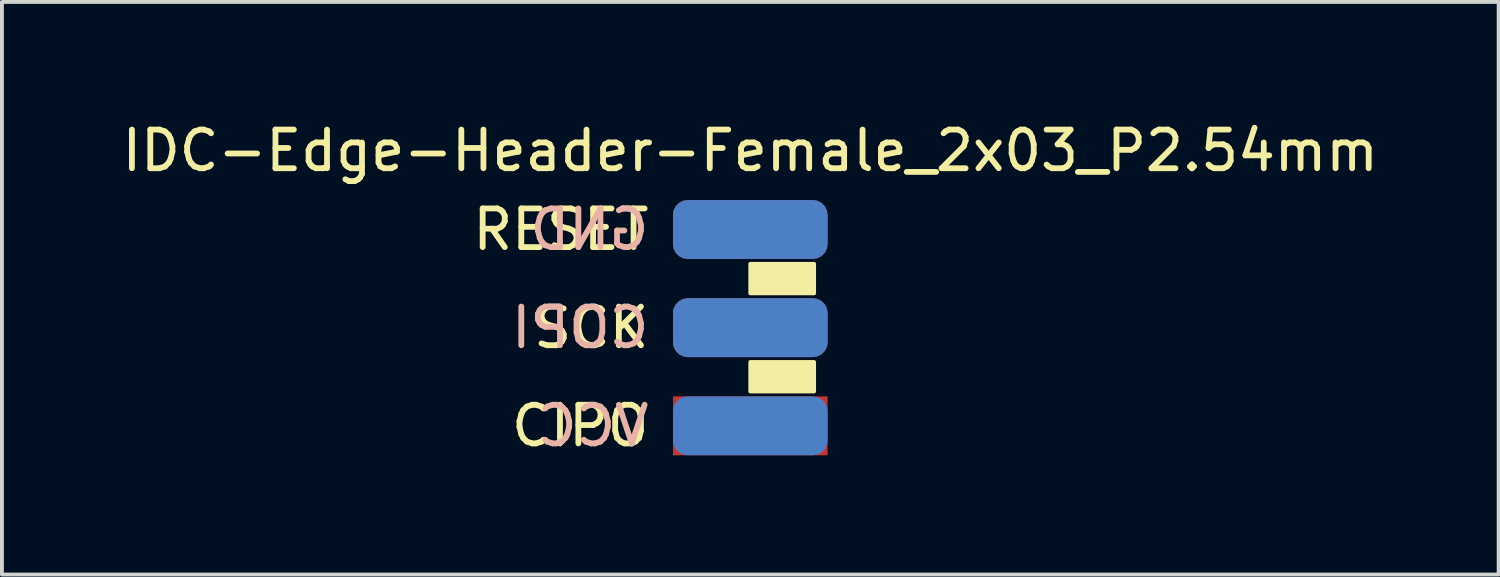
<source format=kicad_pcb>
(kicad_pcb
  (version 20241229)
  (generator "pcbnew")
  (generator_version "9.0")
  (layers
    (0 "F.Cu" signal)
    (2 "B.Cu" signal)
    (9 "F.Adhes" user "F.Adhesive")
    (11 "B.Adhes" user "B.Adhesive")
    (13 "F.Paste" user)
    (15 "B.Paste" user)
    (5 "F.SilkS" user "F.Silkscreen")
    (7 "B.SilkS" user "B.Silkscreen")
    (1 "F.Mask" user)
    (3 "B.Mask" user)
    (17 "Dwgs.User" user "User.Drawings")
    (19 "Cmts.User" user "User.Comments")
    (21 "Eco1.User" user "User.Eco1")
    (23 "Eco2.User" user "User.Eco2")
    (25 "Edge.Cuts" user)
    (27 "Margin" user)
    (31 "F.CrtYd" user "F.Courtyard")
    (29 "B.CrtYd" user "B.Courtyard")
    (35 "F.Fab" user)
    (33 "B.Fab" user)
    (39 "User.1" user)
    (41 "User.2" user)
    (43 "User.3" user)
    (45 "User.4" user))
  (footprint "IDC-Edge-Header-Female_2x03_P2.54mm"
    (layer "F.Cu")
    (at 16.363 0.348)
    (property "Reference" "IDC-Edge-Header-Female_2x03_P2.54mm" (at 0 0.5 0) (layer "F.SilkS") (effects (font (size 1 1) (thickness 0.15))))
    (attr through_hole)
    (fp_poly (pts (xy 1.651 4.191) (xy 0 4.191) (xy 0 3.429) (xy 1.651 3.429)) (stroke (width 0.1) (type solid)) (fill yes) (layer "F.SilkS"))
    (fp_poly (pts (xy 1.651 6.731) (xy 0 6.731) (xy 0 5.969) (xy 1.651 5.969)) (stroke (width 0.1) (type solid)) (fill yes) (layer "F.SilkS"))
    (fp_text user "RESET" (at -2.54 2.54 0) (layer "F.SilkS") (effects (font (size 1 1) (thickness 0.15)) (justify right)))
    (fp_text user "CIPO" (at -2.54 7.62 0) (layer "F.SilkS") (effects (font (size 1 1) (thickness 0.15)) (justify right)))
    (fp_text user "SCK" (at -2.54 5.08 0) (layer "F.SilkS") (effects (font (size 1 1) (thickness 0.15)) (justify right)))
    (fp_text user "COPI" (at -2.54 5.08 0) (layer "B.SilkS") (effects (font (size 1 1) (thickness 0.15)) (justify left mirror)))
    (fp_text user "VCC" (at -2.54 7.62 0) (layer "B.SilkS") (effects (font (size 1 1) (thickness 0.15)) (justify left mirror)))
    (fp_text user "GND" (at -2.54 2.54 0) (layer "B.SilkS") (effects (font (size 1 1) (thickness 0.15)) (justify left mirror)))
    (pad "1" connect rect (at 0 7.62) (size 4 1.524) (layers "F.Cu" "F.Mask"))
    (pad "2" connect roundrect (at 0 7.62) (size 4 1.524) (layers "B.Cu" "B.Mask") (roundrect_rratio 0.25))
    (pad "3" connect roundrect (at 0 5.08) (size 4 1.524) (layers "F.Cu" "F.Mask") (roundrect_rratio 0.25))
    (pad "4" connect roundrect (at 0 5.08) (size 4 1.524) (layers "B.Cu" "B.Mask") (roundrect_rratio 0.25))
    (pad "5" connect roundrect (at 0 2.54) (size 4 1.524) (layers "F.Cu" "F.Mask") (roundrect_rratio 0.25))
    (pad "6" connect roundrect (at 0 2.54) (size 4 1.524) (layers "B.Cu" "B.Mask") (roundrect_rratio 0.25)))
  (gr_rect
    (start -3 -3)
    (end 35.726 11.816)
    (stroke (width 0.1) (type default))
    (fill no)
    (layer "Edge.Cuts")))
</source>
